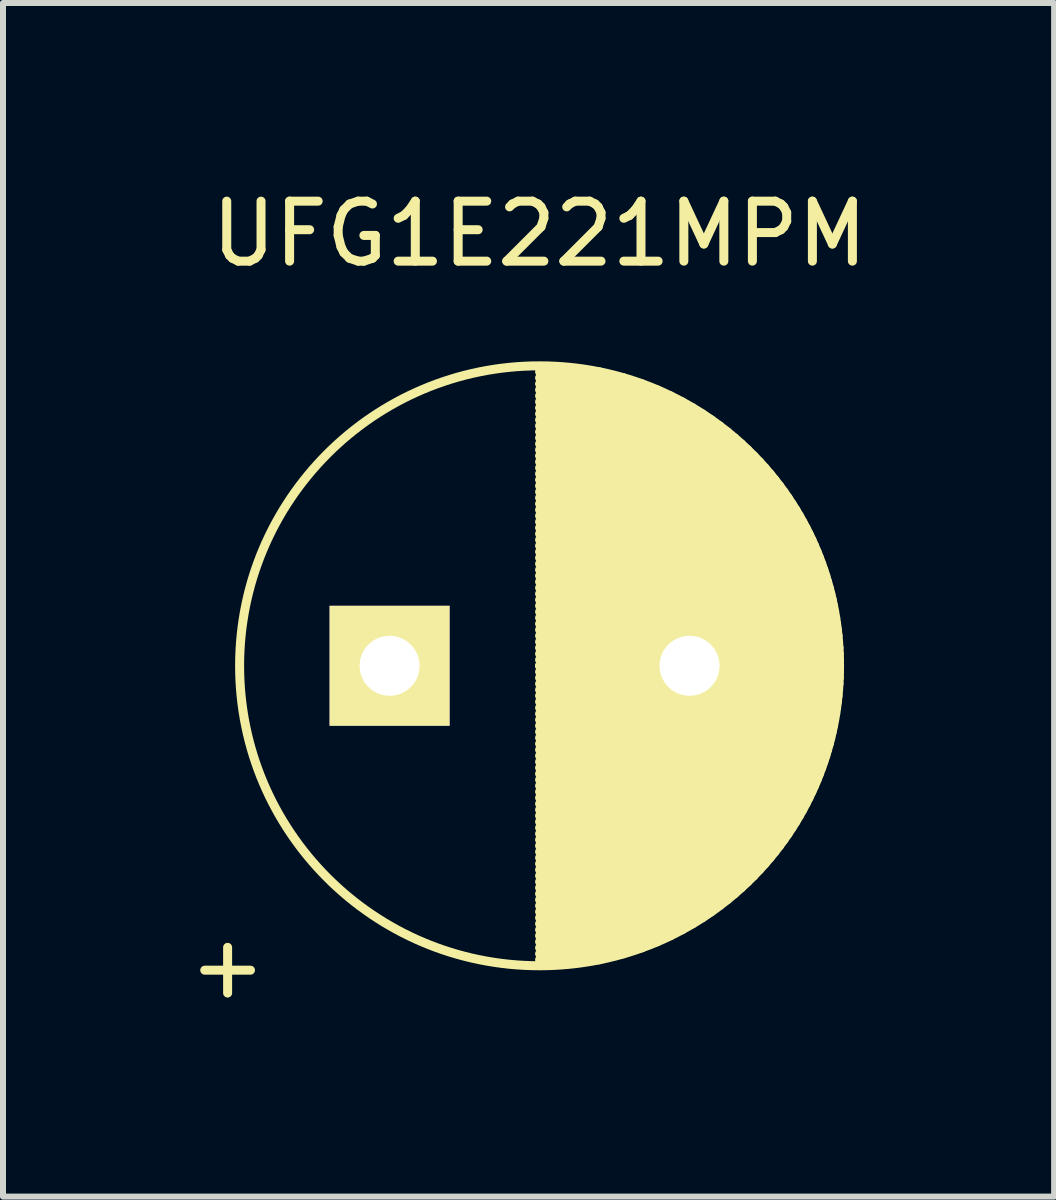
<source format=kicad_pcb>
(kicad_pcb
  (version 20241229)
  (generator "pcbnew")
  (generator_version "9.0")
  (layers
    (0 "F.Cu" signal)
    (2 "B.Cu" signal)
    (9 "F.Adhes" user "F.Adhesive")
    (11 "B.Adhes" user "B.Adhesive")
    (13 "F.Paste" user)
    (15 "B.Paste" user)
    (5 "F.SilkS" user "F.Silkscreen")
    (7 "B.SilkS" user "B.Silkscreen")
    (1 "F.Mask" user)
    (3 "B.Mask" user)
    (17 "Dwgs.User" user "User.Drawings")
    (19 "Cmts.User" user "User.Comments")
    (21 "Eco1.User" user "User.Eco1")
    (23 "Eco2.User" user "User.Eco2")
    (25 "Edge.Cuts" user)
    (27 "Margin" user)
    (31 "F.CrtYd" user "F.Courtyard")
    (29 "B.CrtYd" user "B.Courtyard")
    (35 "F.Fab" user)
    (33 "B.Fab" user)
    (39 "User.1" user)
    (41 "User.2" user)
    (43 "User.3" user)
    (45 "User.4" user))
  (footprint "UFG1E221MPM"
    (layer "F.Cu")
    (at 3.444 8.048)
    (property "Reference" "UFG1E221MPM" (at 2.5 -7.2 0) (layer "F.SilkS") (effects (font (size 1 1) (thickness 0.15))))
    (attr through_hole)
    (fp_line (start 2.5 -4.9) (end 3.495 -4.9) (stroke (width 0.15) (type solid)) (layer "F.SilkS"))
    (fp_line (start 2.5 -4.8) (end 3.9 -4.8) (stroke (width 0.15) (type solid)) (layer "F.SilkS"))
    (fp_line (start 2.5 -4.7) (end 4.206 -4.7) (stroke (width 0.15) (type solid)) (layer "F.SilkS"))
    (fp_line (start 2.5 -4.6) (end 4.46 -4.6) (stroke (width 0.15) (type solid)) (layer "F.SilkS"))
    (fp_line (start 2.5 -4.5) (end 4.679 -4.5) (stroke (width 0.15) (type solid)) (layer "F.SilkS"))
    (fp_line (start 2.5 -4.4) (end 4.875 -4.4) (stroke (width 0.15) (type solid)) (layer "F.SilkS"))
    (fp_line (start 2.5 -4.3) (end 5.051 -4.3) (stroke (width 0.15) (type solid)) (layer "F.SilkS"))
    (fp_line (start 2.5 -4.2) (end 5.213 -4.2) (stroke (width 0.15) (type solid)) (layer "F.SilkS"))
    (fp_line (start 2.5 -4.1) (end 5.362 -4.1) (stroke (width 0.15) (type solid)) (layer "F.SilkS"))
    (fp_line (start 2.5 -4) (end 5.5 -4) (stroke (width 0.15) (type solid)) (layer "F.SilkS"))
    (fp_line (start 2.5 -3.9) (end 5.629 -3.9) (stroke (width 0.15) (type solid)) (layer "F.SilkS"))
    (fp_line (start 2.5 -3.8) (end 5.75 -3.8) (stroke (width 0.15) (type solid)) (layer "F.SilkS"))
    (fp_line (start 2.5 -3.7) (end 5.863 -3.7) (stroke (width 0.15) (type solid)) (layer "F.SilkS"))
    (fp_line (start 2.5 -3.6) (end 5.97 -3.6) (stroke (width 0.15) (type solid)) (layer "F.SilkS"))
    (fp_line (start 2.5 -3.5) (end 6.071 -3.5) (stroke (width 0.15) (type solid)) (layer "F.SilkS"))
    (fp_line (start 2.5 -3.4) (end 6.166 -3.4) (stroke (width 0.15) (type solid)) (layer "F.SilkS"))
    (fp_line (start 2.5 -3.3) (end 6.256 -3.3) (stroke (width 0.15) (type solid)) (layer "F.SilkS"))
    (fp_line (start 2.5 -3.2) (end 6.342 -3.2) (stroke (width 0.15) (type solid)) (layer "F.SilkS"))
    (fp_line (start 2.5 -3.1) (end 6.423 -3.1) (stroke (width 0.15) (type solid)) (layer "F.SilkS"))
    (fp_line (start 2.5 -3) (end 6.5 -3) (stroke (width 0.15) (type solid)) (layer "F.SilkS"))
    (fp_line (start 2.5 -2.9) (end 6.573 -2.9) (stroke (width 0.15) (type solid)) (layer "F.SilkS"))
    (fp_line (start 2.5 -2.8) (end 6.642 -2.8) (stroke (width 0.15) (type solid)) (layer "F.SilkS"))
    (fp_line (start 2.5 -2.7) (end 6.708 -2.7) (stroke (width 0.15) (type solid)) (layer "F.SilkS"))
    (fp_line (start 2.5 -2.6) (end 6.771 -2.6) (stroke (width 0.15) (type solid)) (layer "F.SilkS"))
    (fp_line (start 2.5 -2.5) (end 6.83 -2.5) (stroke (width 0.15) (type solid)) (layer "F.SilkS"))
    (fp_line (start 2.5 -2.4) (end 6.886 -2.4) (stroke (width 0.15) (type solid)) (layer "F.SilkS"))
    (fp_line (start 2.5 -2.3) (end 6.94 -2.3) (stroke (width 0.15) (type solid)) (layer "F.SilkS"))
    (fp_line (start 2.5 -2.2) (end 6.99 -2.2) (stroke (width 0.15) (type solid)) (layer "F.SilkS"))
    (fp_line (start 2.5 -2.1) (end 7.038 -2.1) (stroke (width 0.15) (type solid)) (layer "F.SilkS"))
    (fp_line (start 2.5 -2) (end 7.083 -2) (stroke (width 0.15) (type solid)) (layer "F.SilkS"))
    (fp_line (start 2.5 -1.9) (end 7.125 -1.9) (stroke (width 0.15) (type solid)) (layer "F.SilkS"))
    (fp_line (start 2.5 -1.8) (end 7.165 -1.8) (stroke (width 0.15) (type solid)) (layer "F.SilkS"))
    (fp_line (start 2.5 -1.7) (end 7.202 -1.7) (stroke (width 0.15) (type solid)) (layer "F.SilkS"))
    (fp_line (start 2.5 -1.6) (end 7.237 -1.6) (stroke (width 0.15) (type solid)) (layer "F.SilkS"))
    (fp_line (start 2.5 -1.5) (end 7.27 -1.5) (stroke (width 0.15) (type solid)) (layer "F.SilkS"))
    (fp_line (start 2.5 -1.4) (end 7.3 -1.4) (stroke (width 0.15) (type solid)) (layer "F.SilkS"))
    (fp_line (start 2.5 -1.3) (end 7.328 -1.3) (stroke (width 0.15) (type solid)) (layer "F.SilkS"))
    (fp_line (start 2.5 -1.2) (end 7.354 -1.2) (stroke (width 0.15) (type solid)) (layer "F.SilkS"))
    (fp_line (start 2.5 -1.1) (end 7.377 -1.1) (stroke (width 0.15) (type solid)) (layer "F.SilkS"))
    (fp_line (start 2.5 -1) (end 7.399 -1) (stroke (width 0.15) (type solid)) (layer "F.SilkS"))
    (fp_line (start 2.5 -0.9) (end 7.418 -0.9) (stroke (width 0.15) (type solid)) (layer "F.SilkS"))
    (fp_line (start 2.5 -0.8) (end 7.436 -0.8) (stroke (width 0.15) (type solid)) (layer "F.SilkS"))
    (fp_line (start 2.5 -0.7) (end 7.451 -0.7) (stroke (width 0.15) (type solid)) (layer "F.SilkS"))
    (fp_line (start 2.5 -0.6) (end 7.464 -0.6) (stroke (width 0.15) (type solid)) (layer "F.SilkS"))
    (fp_line (start 2.5 -0.5) (end 7.475 -0.5) (stroke (width 0.15) (type solid)) (layer "F.SilkS"))
    (fp_line (start 2.5 -0.4) (end 7.484 -0.4) (stroke (width 0.15) (type solid)) (layer "F.SilkS"))
    (fp_line (start 2.5 -0.3) (end 7.491 -0.3) (stroke (width 0.15) (type solid)) (layer "F.SilkS"))
    (fp_line (start 2.5 -0.2) (end 7.496 -0.2) (stroke (width 0.15) (type solid)) (layer "F.SilkS"))
    (fp_line (start 2.5 -0.1) (end 7.499 -0.1) (stroke (width 0.15) (type solid)) (layer "F.SilkS"))
    (fp_line (start 2.5 0) (end 7.5 0) (stroke (width 0.15) (type solid)) (layer "F.SilkS"))
    (fp_line (start 2.5 0) (end 7.5 0) (stroke (width 0.15) (type solid)) (layer "F.SilkS"))
    (fp_line (start 2.5 0.1) (end 7.499 0.1) (stroke (width 0.15) (type solid)) (layer "F.SilkS"))
    (fp_line (start 2.5 0.2) (end 7.496 0.2) (stroke (width 0.15) (type solid)) (layer "F.SilkS"))
    (fp_line (start 2.5 0.3) (end 7.491 0.3) (stroke (width 0.15) (type solid)) (layer "F.SilkS"))
    (fp_line (start 2.5 0.4) (end 7.484 0.4) (stroke (width 0.15) (type solid)) (layer "F.SilkS"))
    (fp_line (start 2.5 0.5) (end 7.475 0.5) (stroke (width 0.15) (type solid)) (layer "F.SilkS"))
    (fp_line (start 2.5 0.6) (end 7.464 0.6) (stroke (width 0.15) (type solid)) (layer "F.SilkS"))
    (fp_line (start 2.5 0.7) (end 7.451 0.7) (stroke (width 0.15) (type solid)) (layer "F.SilkS"))
    (fp_line (start 2.5 0.8) (end 7.436 0.8) (stroke (width 0.15) (type solid)) (layer "F.SilkS"))
    (fp_line (start 2.5 0.9) (end 7.418 0.9) (stroke (width 0.15) (type solid)) (layer "F.SilkS"))
    (fp_line (start 2.5 1) (end 7.399 1) (stroke (width 0.15) (type solid)) (layer "F.SilkS"))
    (fp_line (start 2.5 1.1) (end 7.377 1.1) (stroke (width 0.15) (type solid)) (layer "F.SilkS"))
    (fp_line (start 2.5 1.2) (end 7.354 1.2) (stroke (width 0.15) (type solid)) (layer "F.SilkS"))
    (fp_line (start 2.5 1.3) (end 7.328 1.3) (stroke (width 0.15) (type solid)) (layer "F.SilkS"))
    (fp_line (start 2.5 1.4) (end 7.3 1.4) (stroke (width 0.15) (type solid)) (layer "F.SilkS"))
    (fp_line (start 2.5 1.5) (end 7.27 1.5) (stroke (width 0.15) (type solid)) (layer "F.SilkS"))
    (fp_line (start 2.5 1.6) (end 7.237 1.6) (stroke (width 0.15) (type solid)) (layer "F.SilkS"))
    (fp_line (start 2.5 1.7) (end 7.202 1.7) (stroke (width 0.15) (type solid)) (layer "F.SilkS"))
    (fp_line (start 2.5 1.8) (end 7.165 1.8) (stroke (width 0.15) (type solid)) (layer "F.SilkS"))
    (fp_line (start 2.5 1.9) (end 7.125 1.9) (stroke (width 0.15) (type solid)) (layer "F.SilkS"))
    (fp_line (start 2.5 2) (end 7.083 2) (stroke (width 0.15) (type solid)) (layer "F.SilkS"))
    (fp_line (start 2.5 2.1) (end 7.038 2.1) (stroke (width 0.15) (type solid)) (layer "F.SilkS"))
    (fp_line (start 2.5 2.2) (end 6.99 2.2) (stroke (width 0.15) (type solid)) (layer "F.SilkS"))
    (fp_line (start 2.5 2.3) (end 6.94 2.3) (stroke (width 0.15) (type solid)) (layer "F.SilkS"))
    (fp_line (start 2.5 2.4) (end 6.886 2.4) (stroke (width 0.15) (type solid)) (layer "F.SilkS"))
    (fp_line (start 2.5 2.5) (end 6.83 2.5) (stroke (width 0.15) (type solid)) (layer "F.SilkS"))
    (fp_line (start 2.5 2.6) (end 6.771 2.6) (stroke (width 0.15) (type solid)) (layer "F.SilkS"))
    (fp_line (start 2.5 2.7) (end 6.708 2.7) (stroke (width 0.15) (type solid)) (layer "F.SilkS"))
    (fp_line (start 2.5 2.8) (end 6.642 2.8) (stroke (width 0.15) (type solid)) (layer "F.SilkS"))
    (fp_line (start 2.5 2.9) (end 6.573 2.9) (stroke (width 0.15) (type solid)) (layer "F.SilkS"))
    (fp_line (start 2.5 3) (end 6.5 3) (stroke (width 0.15) (type solid)) (layer "F.SilkS"))
    (fp_line (start 2.5 3.1) (end 6.423 3.1) (stroke (width 0.15) (type solid)) (layer "F.SilkS"))
    (fp_line (start 2.5 3.2) (end 6.342 3.2) (stroke (width 0.15) (type solid)) (layer "F.SilkS"))
    (fp_line (start 2.5 3.3) (end 6.256 3.3) (stroke (width 0.15) (type solid)) (layer "F.SilkS"))
    (fp_line (start 2.5 3.4) (end 6.166 3.4) (stroke (width 0.15) (type solid)) (layer "F.SilkS"))
    (fp_line (start 2.5 3.5) (end 6.071 3.5) (stroke (width 0.15) (type solid)) (layer "F.SilkS"))
    (fp_line (start 2.5 3.6) (end 5.97 3.6) (stroke (width 0.15) (type solid)) (layer "F.SilkS"))
    (fp_line (start 2.5 3.7) (end 5.863 3.7) (stroke (width 0.15) (type solid)) (layer "F.SilkS"))
    (fp_line (start 2.5 3.8) (end 5.75 3.8) (stroke (width 0.15) (type solid)) (layer "F.SilkS"))
    (fp_line (start 2.5 3.9) (end 5.629 3.9) (stroke (width 0.15) (type solid)) (layer "F.SilkS"))
    (fp_line (start 2.5 4) (end 5.5 4) (stroke (width 0.15) (type solid)) (layer "F.SilkS"))
    (fp_line (start 2.5 4.1) (end 5.362 4.1) (stroke (width 0.15) (type solid)) (layer "F.SilkS"))
    (fp_line (start 2.5 4.2) (end 5.213 4.2) (stroke (width 0.15) (type solid)) (layer "F.SilkS"))
    (fp_line (start 2.5 4.3) (end 5.051 4.3) (stroke (width 0.15) (type solid)) (layer "F.SilkS"))
    (fp_line (start 2.5 4.4) (end 4.875 4.4) (stroke (width 0.15) (type solid)) (layer "F.SilkS"))
    (fp_line (start 2.5 4.5) (end 4.679 4.5) (stroke (width 0.15) (type solid)) (layer "F.SilkS"))
    (fp_line (start 2.5 4.6) (end 4.46 4.6) (stroke (width 0.15) (type solid)) (layer "F.SilkS"))
    (fp_line (start 2.5 4.7) (end 4.206 4.7) (stroke (width 0.15) (type solid)) (layer "F.SilkS"))
    (fp_line (start 2.5 4.8) (end 3.9 4.8) (stroke (width 0.15) (type solid)) (layer "F.SilkS"))
    (fp_line (start 2.5 4.9) (end 3.495 4.9) (stroke (width 0.15) (type solid)) (layer "F.SilkS"))
    (fp_circle (center 2.5 0) (end 2.5 -5) (stroke (width 0.15) (type solid)) (fill no) (layer "F.SilkS"))
    (fp_text user "+" (at -2.7 5 0) (layer "F.SilkS") (effects (font (size 1 1) (thickness 0.15))))
    (pad "1" thru_hole rect (at 0 0) (size 2 2) (drill 1) (layers "*.Cu" "*.Mask" "F.SilkS"))
    (pad "2" thru_hole circle (at 5 0) (size 2 2) (drill 1) (layers "*.Cu" "*.Mask" "F.SilkS")))
  (gr_rect
    (start -3 -3)
    (end 14.521 16.896)
    (stroke (width 0.1) (type default))
    (fill no)
    (layer "Edge.Cuts")))
</source>
